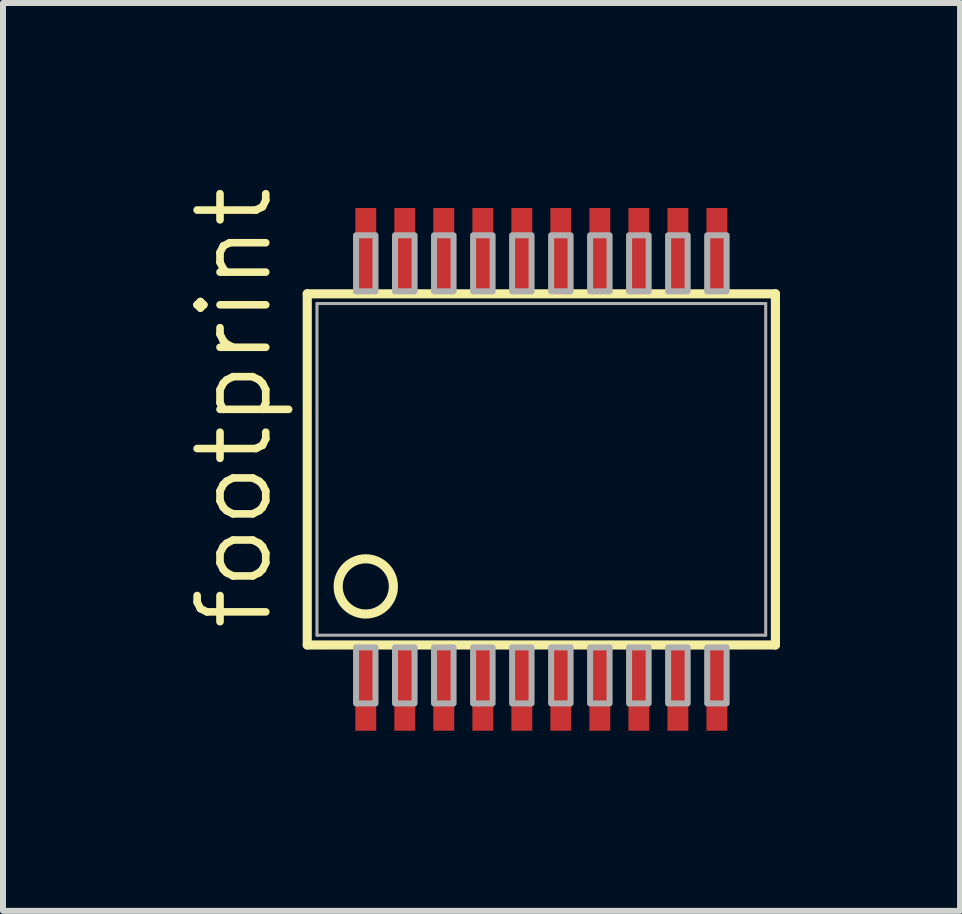
<source format=kicad_pcb>
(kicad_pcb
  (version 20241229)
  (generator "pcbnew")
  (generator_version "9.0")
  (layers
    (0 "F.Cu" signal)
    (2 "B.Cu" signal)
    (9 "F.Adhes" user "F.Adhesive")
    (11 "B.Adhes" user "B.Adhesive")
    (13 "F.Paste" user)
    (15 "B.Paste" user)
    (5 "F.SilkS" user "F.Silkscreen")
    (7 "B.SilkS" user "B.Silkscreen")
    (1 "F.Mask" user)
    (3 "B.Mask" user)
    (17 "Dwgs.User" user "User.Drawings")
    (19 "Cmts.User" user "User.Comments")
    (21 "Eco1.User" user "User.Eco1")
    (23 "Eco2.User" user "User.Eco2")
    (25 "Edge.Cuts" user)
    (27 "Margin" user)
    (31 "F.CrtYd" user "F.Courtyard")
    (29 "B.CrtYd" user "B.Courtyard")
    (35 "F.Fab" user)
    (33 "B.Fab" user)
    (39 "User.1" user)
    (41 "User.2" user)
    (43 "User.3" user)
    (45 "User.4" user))
  (footprint "footprint"
    (layer "F.Cu")
    (at 5.969 4.77)
    (property "Reference" "footprint" (at -4.445 2.73 90) (layer "F.SilkS") (effects (font (size 1.143 1.143) (thickness 0.127)) (justify left bottom)))
    (fp_line (start -3.9 -2.925) (end 3.9 -2.925) (stroke (width 0.152) (type solid)) (layer "F.SilkS"))
    (fp_line (start -3.9 2.925) (end -3.9 -2.925) (stroke (width 0.152) (type solid)) (layer "F.SilkS"))
    (fp_line (start 3.9 -2.925) (end 3.9 2.925) (stroke (width 0.152) (type solid)) (layer "F.SilkS"))
    (fp_line (start 3.9 2.925) (end -3.9 2.925) (stroke (width 0.152) (type solid)) (layer "F.SilkS"))
    (fp_circle (center -2.925 1.95) (end -2.465 1.95) (stroke (width 0.152) (type solid)) (fill no) (layer "F.SilkS"))
    (fp_line (start -3.738 -2.763) (end 3.738 -2.763) (stroke (width 0.051) (type solid)) (layer "F.Fab"))
    (fp_line (start -3.738 2.763) (end -3.738 -2.763) (stroke (width 0.051) (type solid)) (layer "F.Fab"))
    (fp_line (start 3.738 -2.763) (end 3.738 2.763) (stroke (width 0.051) (type solid)) (layer "F.Fab"))
    (fp_line (start 3.738 2.763) (end -3.738 2.763) (stroke (width 0.051) (type solid)) (layer "F.Fab"))
    (fp_poly (pts (xy -3.087 -2.966) (xy -2.763 -2.966) (xy -2.763 -3.9) (xy -3.087 -3.9)) (stroke (width 0.1) (type solid)) (fill no) (layer "F.Fab"))
    (fp_poly (pts (xy -3.087 3.9) (xy -2.763 3.9) (xy -2.763 2.966) (xy -3.087 2.966)) (stroke (width 0.1) (type solid)) (fill no) (layer "F.Fab"))
    (fp_poly (pts (xy -2.438 -2.966) (xy -2.112 -2.966) (xy -2.112 -3.9) (xy -2.438 -3.9)) (stroke (width 0.1) (type solid)) (fill no) (layer "F.Fab"))
    (fp_poly (pts (xy -2.438 3.9) (xy -2.112 3.9) (xy -2.112 2.966) (xy -2.438 2.966)) (stroke (width 0.1) (type solid)) (fill no) (layer "F.Fab"))
    (fp_poly (pts (xy -1.788 -2.966) (xy -1.462 -2.966) (xy -1.462 -3.9) (xy -1.788 -3.9)) (stroke (width 0.1) (type solid)) (fill no) (layer "F.Fab"))
    (fp_poly (pts (xy -1.788 3.9) (xy -1.462 3.9) (xy -1.462 2.966) (xy -1.788 2.966)) (stroke (width 0.1) (type solid)) (fill no) (layer "F.Fab"))
    (fp_poly (pts (xy -1.137 -2.966) (xy -0.812 -2.966) (xy -0.812 -3.9) (xy -1.137 -3.9)) (stroke (width 0.1) (type solid)) (fill no) (layer "F.Fab"))
    (fp_poly (pts (xy -1.137 3.9) (xy -0.812 3.9) (xy -0.812 2.966) (xy -1.137 2.966)) (stroke (width 0.1) (type solid)) (fill no) (layer "F.Fab"))
    (fp_poly (pts (xy -0.487 -2.966) (xy -0.163 -2.966) (xy -0.163 -3.9) (xy -0.487 -3.9)) (stroke (width 0.1) (type solid)) (fill no) (layer "F.Fab"))
    (fp_poly (pts (xy -0.487 3.9) (xy -0.163 3.9) (xy -0.163 2.966) (xy -0.487 2.966)) (stroke (width 0.1) (type solid)) (fill no) (layer "F.Fab"))
    (fp_poly (pts (xy 0.163 -2.966) (xy 0.487 -2.966) (xy 0.487 -3.9) (xy 0.163 -3.9)) (stroke (width 0.1) (type solid)) (fill no) (layer "F.Fab"))
    (fp_poly (pts (xy 0.163 3.9) (xy 0.487 3.9) (xy 0.487 2.966) (xy 0.163 2.966)) (stroke (width 0.1) (type solid)) (fill no) (layer "F.Fab"))
    (fp_poly (pts (xy 0.812 -2.966) (xy 1.137 -2.966) (xy 1.137 -3.9) (xy 0.812 -3.9)) (stroke (width 0.1) (type solid)) (fill no) (layer "F.Fab"))
    (fp_poly (pts (xy 0.812 3.9) (xy 1.137 3.9) (xy 1.137 2.966) (xy 0.812 2.966)) (stroke (width 0.1) (type solid)) (fill no) (layer "F.Fab"))
    (fp_poly (pts (xy 1.462 -2.966) (xy 1.788 -2.966) (xy 1.788 -3.9) (xy 1.462 -3.9)) (stroke (width 0.1) (type solid)) (fill no) (layer "F.Fab"))
    (fp_poly (pts (xy 1.462 3.9) (xy 1.788 3.9) (xy 1.788 2.966) (xy 1.462 2.966)) (stroke (width 0.1) (type solid)) (fill no) (layer "F.Fab"))
    (fp_poly (pts (xy 2.112 -2.966) (xy 2.438 -2.966) (xy 2.438 -3.9) (xy 2.112 -3.9)) (stroke (width 0.1) (type solid)) (fill no) (layer "F.Fab"))
    (fp_poly (pts (xy 2.112 3.9) (xy 2.438 3.9) (xy 2.438 2.966) (xy 2.112 2.966)) (stroke (width 0.1) (type solid)) (fill no) (layer "F.Fab"))
    (fp_poly (pts (xy 2.763 -2.966) (xy 3.087 -2.966) (xy 3.087 -3.9) (xy 2.763 -3.9)) (stroke (width 0.1) (type solid)) (fill no) (layer "F.Fab"))
    (fp_poly (pts (xy 2.763 3.9) (xy 3.087 3.9) (xy 3.087 2.966) (xy 2.763 2.966)) (stroke (width 0.1) (type solid)) (fill no) (layer "F.Fab"))
    (pad "1" smd rect (at -2.925 3.656) (size 0.348 1.397) (layers "F.Cu" "F.Mask" "F.Paste"))
    (pad "2" smd rect (at -2.275 3.656) (size 0.348 1.397) (layers "F.Cu" "F.Mask" "F.Paste"))
    (pad "3" smd rect (at -1.625 3.656) (size 0.348 1.397) (layers "F.Cu" "F.Mask" "F.Paste"))
    (pad "4" smd rect (at -0.975 3.656) (size 0.348 1.397) (layers "F.Cu" "F.Mask" "F.Paste"))
    (pad "5" smd rect (at -0.325 3.656) (size 0.348 1.397) (layers "F.Cu" "F.Mask" "F.Paste"))
    (pad "6" smd rect (at 0.325 3.656) (size 0.348 1.397) (layers "F.Cu" "F.Mask" "F.Paste"))
    (pad "7" smd rect (at 0.975 3.656) (size 0.348 1.397) (layers "F.Cu" "F.Mask" "F.Paste"))
    (pad "8" smd rect (at 1.625 3.656) (size 0.348 1.397) (layers "F.Cu" "F.Mask" "F.Paste"))
    (pad "9" smd rect (at 2.275 3.656) (size 0.348 1.397) (layers "F.Cu" "F.Mask" "F.Paste"))
    (pad "10" smd rect (at 2.925 3.656) (size 0.348 1.397) (layers "F.Cu" "F.Mask" "F.Paste"))
    (pad "11" smd rect (at 2.925 -3.656) (size 0.348 1.397) (layers "F.Cu" "F.Mask" "F.Paste"))
    (pad "12" smd rect (at 2.275 -3.656) (size 0.348 1.397) (layers "F.Cu" "F.Mask" "F.Paste"))
    (pad "13" smd rect (at 1.625 -3.656) (size 0.348 1.397) (layers "F.Cu" "F.Mask" "F.Paste"))
    (pad "14" smd rect (at 0.975 -3.656) (size 0.348 1.397) (layers "F.Cu" "F.Mask" "F.Paste"))
    (pad "15" smd rect (at 0.325 -3.656) (size 0.348 1.397) (layers "F.Cu" "F.Mask" "F.Paste"))
    (pad "16" smd rect (at -0.325 -3.656) (size 0.348 1.397) (layers "F.Cu" "F.Mask" "F.Paste"))
    (pad "17" smd rect (at -0.975 -3.656) (size 0.348 1.397) (layers "F.Cu" "F.Mask" "F.Paste"))
    (pad "18" smd rect (at -1.625 -3.656) (size 0.348 1.397) (layers "F.Cu" "F.Mask" "F.Paste"))
    (pad "19" smd rect (at -2.275 -3.656) (size 0.348 1.397) (layers "F.Cu" "F.Mask" "F.Paste"))
    (pad "20" smd rect (at -2.925 -3.656) (size 0.348 1.397) (layers "F.Cu" "F.Mask" "F.Paste")))
  (gr_rect
    (start -3 -3)
    (end 12.945 12.125)
    (stroke (width 0.1) (type default))
    (fill no)
    (layer "Edge.Cuts")))
</source>
